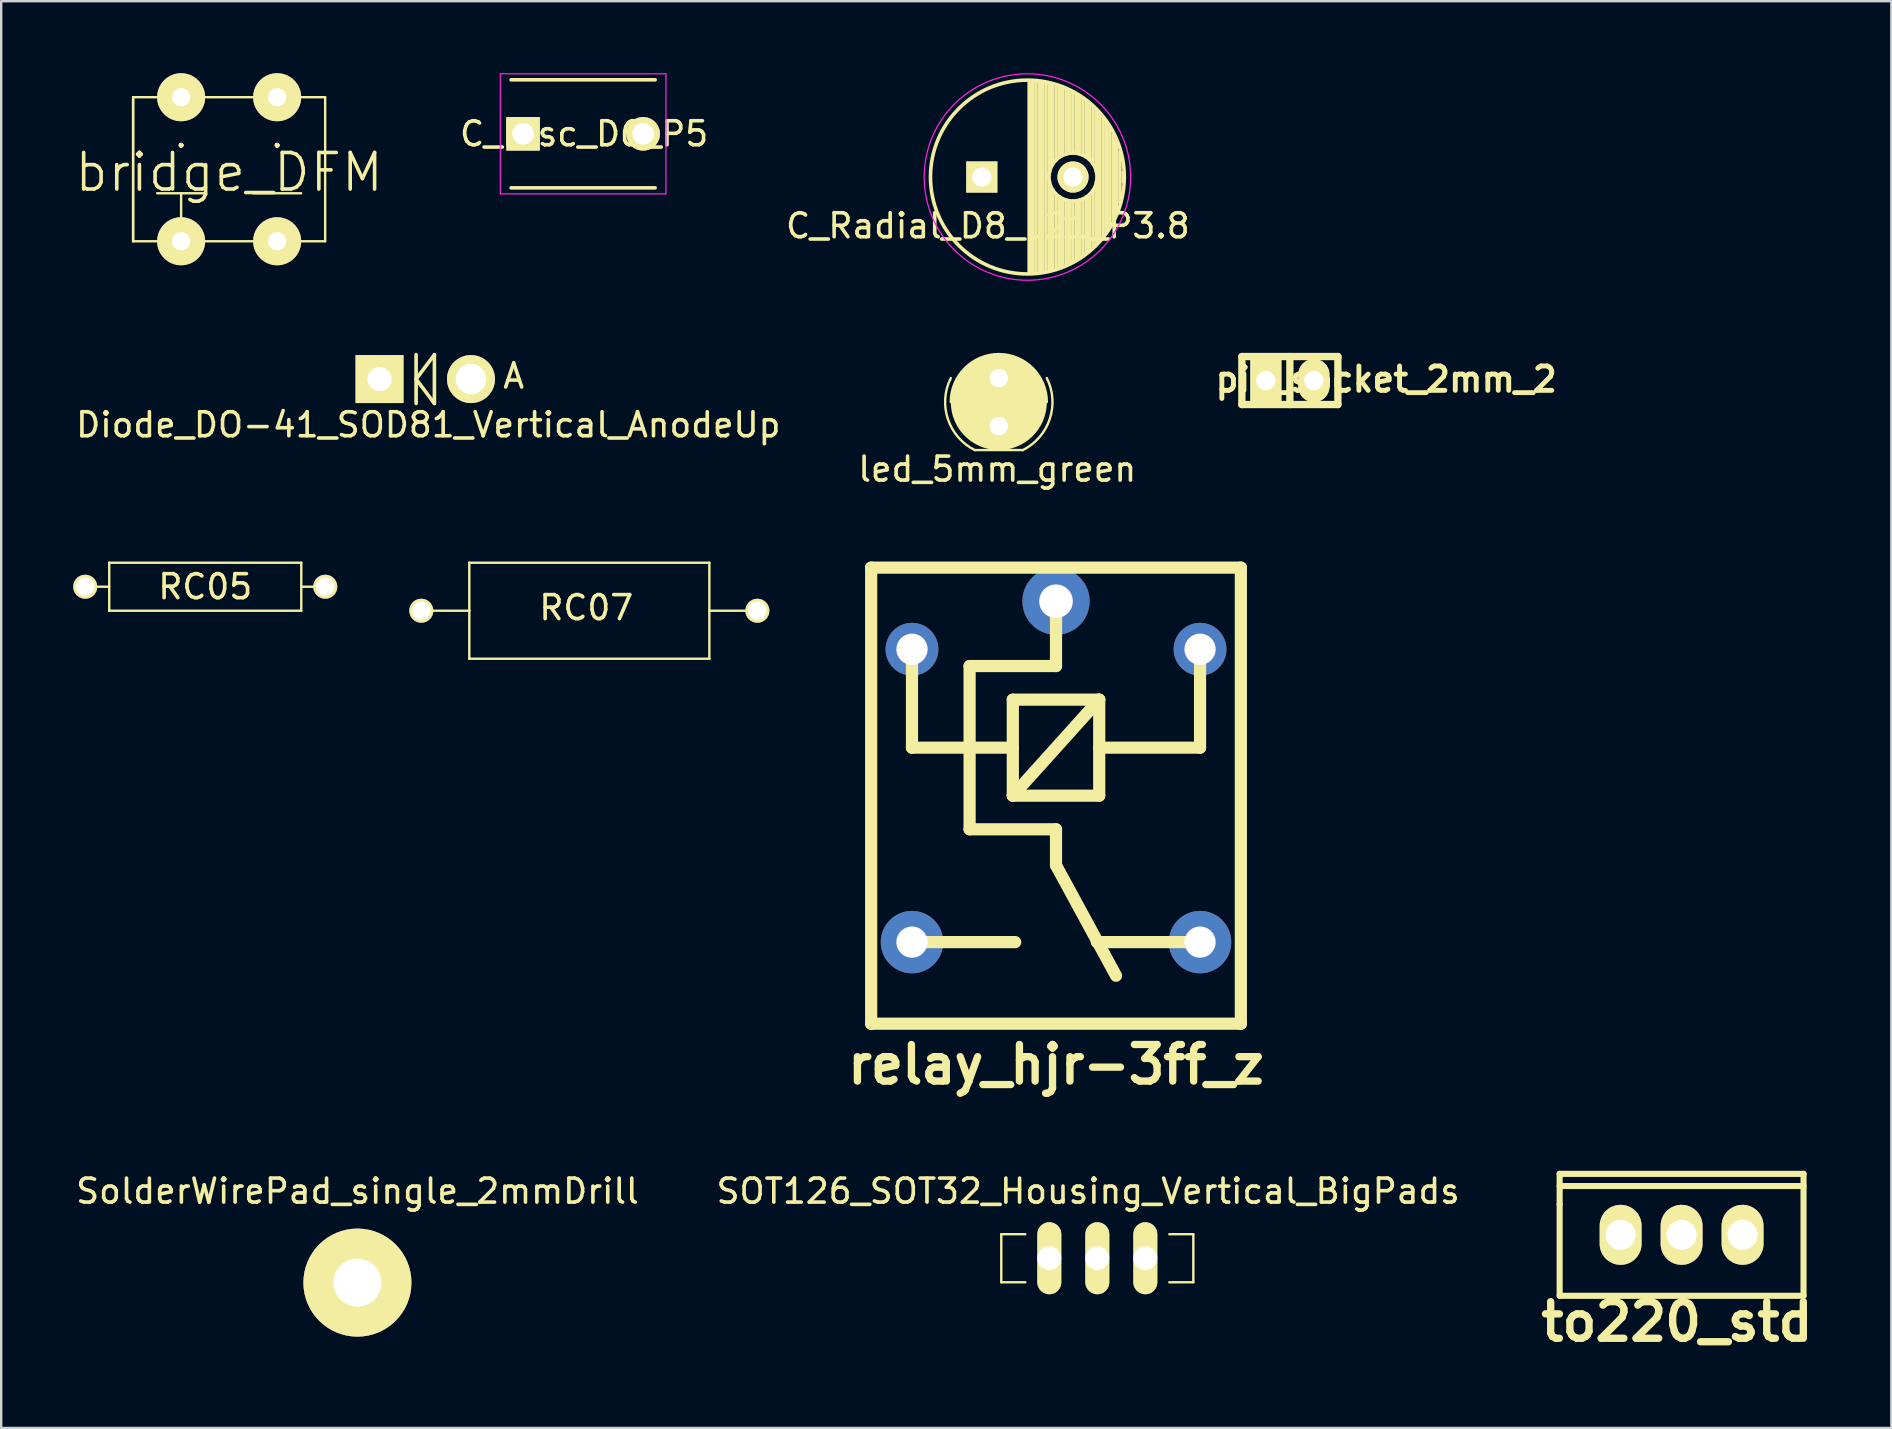
<source format=kicad_pcb>
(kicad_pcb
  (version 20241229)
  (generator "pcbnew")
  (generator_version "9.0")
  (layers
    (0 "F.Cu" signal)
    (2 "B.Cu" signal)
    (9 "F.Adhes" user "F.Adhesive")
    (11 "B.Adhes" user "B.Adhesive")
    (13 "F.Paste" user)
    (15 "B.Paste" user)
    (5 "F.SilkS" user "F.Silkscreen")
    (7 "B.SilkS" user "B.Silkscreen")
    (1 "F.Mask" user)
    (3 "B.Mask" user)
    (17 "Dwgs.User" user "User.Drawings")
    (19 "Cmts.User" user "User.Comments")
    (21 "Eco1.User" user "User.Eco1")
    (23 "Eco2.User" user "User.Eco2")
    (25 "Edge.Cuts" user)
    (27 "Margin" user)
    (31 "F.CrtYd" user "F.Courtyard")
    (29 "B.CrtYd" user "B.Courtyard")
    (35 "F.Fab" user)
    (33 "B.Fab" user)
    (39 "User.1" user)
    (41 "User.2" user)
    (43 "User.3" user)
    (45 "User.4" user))
  (footprint "relay_hjr-3ff_z"
    (layer "F.Cu")
    (at 40.941 30.096)
    (property "Reference" "relay_hjr-3ff_z" (at 0 11.2 0) (layer "F.SilkS") (effects (font (size 1.524 1.524) (thickness 0.305))))
    (attr through_hole)
    (fp_line (start -7.7 -9.5) (end -7.7 9.5) (stroke (width 0.508) (type solid)) (layer "F.SilkS"))
    (fp_line (start -7.7 -9.5) (end 7.7 -9.5) (stroke (width 0.508) (type solid)) (layer "F.SilkS"))
    (fp_line (start -7.7 9.5) (end 7.7 9.5) (stroke (width 0.508) (type solid)) (layer "F.SilkS"))
    (fp_line (start -6 -6.1) (end -6 -2) (stroke (width 0.508) (type solid)) (layer "F.SilkS"))
    (fp_line (start -3.6 1.4) (end -3.6 -5.4) (stroke (width 0.508) (type solid)) (layer "F.SilkS"))
    (fp_line (start -1.8 -4) (end 1.8 -4) (stroke (width 0.508) (type solid)) (layer "F.SilkS"))
    (fp_line (start -1.8 -2) (end -6 -2) (stroke (width 0.508) (type solid)) (layer "F.SilkS"))
    (fp_line (start -1.8 0) (end -1.8 -4) (stroke (width 0.508) (type solid)) (layer "F.SilkS"))
    (fp_line (start -1.8 0) (end 1.8 -4) (stroke (width 0.508) (type solid)) (layer "F.SilkS"))
    (fp_line (start -1.7 6.1) (end -6 6.1) (stroke (width 0.508) (type solid)) (layer "F.SilkS"))
    (fp_line (start 0 -8.1) (end 0 -5.4) (stroke (width 0.508) (type solid)) (layer "F.SilkS"))
    (fp_line (start 0 -5.4) (end -3.6 -5.4) (stroke (width 0.508) (type solid)) (layer "F.SilkS"))
    (fp_line (start 0 1.4) (end -3.6 1.4) (stroke (width 0.508) (type solid)) (layer "F.SilkS"))
    (fp_line (start 0 1.4) (end 0 2.9) (stroke (width 0.508) (type solid)) (layer "F.SilkS"))
    (fp_line (start 0 2.9) (end 2.5 7.5) (stroke (width 0.508) (type solid)) (layer "F.SilkS"))
    (fp_line (start 1.8 -4) (end 1.8 0) (stroke (width 0.508) (type solid)) (layer "F.SilkS"))
    (fp_line (start 1.8 0) (end -1.8 0) (stroke (width 0.508) (type solid)) (layer "F.SilkS"))
    (fp_line (start 6 -6.1) (end 6 -2) (stroke (width 0.508) (type solid)) (layer "F.SilkS"))
    (fp_line (start 6 -2) (end 1.8 -2) (stroke (width 0.508) (type solid)) (layer "F.SilkS"))
    (fp_line (start 6 6.1) (end 1.7 6.1) (stroke (width 0.508) (type solid)) (layer "F.SilkS"))
    (fp_line (start 7.7 -9.5) (end 7.7 9.5) (stroke (width 0.508) (type solid)) (layer "F.SilkS"))
    (pad "1" thru_hole circle (at 0 -8.1) (size 2.8 2.8) (drill 1.4) (layers "*.Cu" "*.Mask"))
    (pad "2" thru_hole circle (at -6 -6.1) (size 2.2 2.2) (drill 1.3) (layers "*.Cu" "*.Mask"))
    (pad "3" thru_hole circle (at -6 6.1) (size 2.6 2.6) (drill 1.3) (layers "*.Cu" "*.Mask"))
    (pad "4" thru_hole circle (at 6 6.1) (size 2.6 2.6) (drill 1.3) (layers "*.Cu" "*.Mask"))
    (pad "5" thru_hole circle (at 6 -6.1) (size 2.2 2.2) (drill 1.3) (layers "*.Cu" "*.Mask")))
  (footprint "RC07"
    (layer "F.Cu")
    (at 21.5 22.392)
    (property "Reference" "RC07" (at -0.127 -0.127 0) (layer "F.SilkS") (effects (font (size 1 1) (thickness 0.15))))
    (attr through_hole)
    (fp_line (start -7 0) (end -5 0) (stroke (width 0.1) (type solid)) (layer "F.SilkS"))
    (fp_line (start -5 -2) (end 5 -2) (stroke (width 0.1) (type solid)) (layer "F.SilkS"))
    (fp_line (start -5 0) (end -5 -2) (stroke (width 0.1) (type solid)) (layer "F.SilkS"))
    (fp_line (start -5 2) (end -5 0) (stroke (width 0.1) (type solid)) (layer "F.SilkS"))
    (fp_line (start 5 -2) (end 5 2) (stroke (width 0.1) (type solid)) (layer "F.SilkS"))
    (fp_line (start 5 0) (end 7 0) (stroke (width 0.1) (type solid)) (layer "F.SilkS"))
    (fp_line (start 5 2) (end -5 2) (stroke (width 0.1) (type solid)) (layer "F.SilkS"))
    (pad "1" thru_hole circle (at -7 0) (size 1 1) (drill 0.762) (layers "*.Cu" "*.Mask" "F.SilkS"))
    (pad "2" thru_hole circle (at 7 0) (size 1 1) (drill 0.762) (layers "*.Cu" "*.Mask" "F.SilkS")))
  (footprint "to220_std"
    (layer "F.Cu")
    (at 67.001 48.39)
    (property "Reference" "to220_std" (at -0.191 3.619 0) (layer "F.SilkS") (effects (font (size 1.524 1.524) (thickness 0.305))))
    (attr through_hole)
    (fp_line (start -5.08 -2.54) (end -5.08 -1.27) (stroke (width 0.254) (type solid)) (layer "F.SilkS"))
    (fp_line (start -5.08 -2.032) (end 5.08 -2.032) (stroke (width 0.254) (type solid)) (layer "F.SilkS"))
    (fp_line (start -5.08 -1.27) (end -5.08 2.54) (stroke (width 0.254) (type solid)) (layer "F.SilkS"))
    (fp_line (start -5.08 2.54) (end 5.08 2.54) (stroke (width 0.254) (type solid)) (layer "F.SilkS"))
    (fp_line (start 5.08 -2.54) (end -5.08 -2.54) (stroke (width 0.254) (type solid)) (layer "F.SilkS"))
    (fp_line (start 5.08 2.54) (end 5.08 -2.54) (stroke (width 0.254) (type solid)) (layer "F.SilkS"))
    (pad "1" thru_hole oval (at 2.54 0) (size 1.745 2.499) (drill 1.25) (layers "*.Cu" "*.Mask" "F.SilkS"))
    (pad "2" thru_hole oval (at 0 0) (size 1.745 2.499) (drill 1.25) (layers "*.Cu" "*.Mask" "F.SilkS"))
    (pad "3" thru_hole oval (at -2.54 0) (size 1.745 2.499) (drill 1.25) (layers "*.Cu" "*.Mask" "F.SilkS")))
  (footprint "C_Radial_D8_L21_P3.8"
    (layer "F.Cu")
    (at 37.849 4.325)
    (property "Reference" "C_Radial_D8_L21_P3.8" (at 0.254 2.032 0) (layer "F.SilkS") (effects (font (size 1 1) (thickness 0.15))))
    (attr through_hole)
    (fp_line (start 1.975 -3.999) (end 1.975 3.999) (stroke (width 0.15) (type solid)) (layer "F.SilkS"))
    (fp_line (start 2.115 -3.994) (end 2.115 3.994) (stroke (width 0.15) (type solid)) (layer "F.SilkS"))
    (fp_line (start 2.255 -3.984) (end 2.255 3.984) (stroke (width 0.15) (type solid)) (layer "F.SilkS"))
    (fp_line (start 2.395 -3.969) (end 2.395 3.969) (stroke (width 0.15) (type solid)) (layer "F.SilkS"))
    (fp_line (start 2.535 -3.949) (end 2.535 3.949) (stroke (width 0.15) (type solid)) (layer "F.SilkS"))
    (fp_line (start 2.675 -3.924) (end 2.675 3.924) (stroke (width 0.15) (type solid)) (layer "F.SilkS"))
    (fp_line (start 2.815 -3.894) (end 2.815 -0.173) (stroke (width 0.15) (type solid)) (layer "F.SilkS"))
    (fp_line (start 2.815 0.173) (end 2.815 3.894) (stroke (width 0.15) (type solid)) (layer "F.SilkS"))
    (fp_line (start 2.955 -3.858) (end 2.955 -0.535) (stroke (width 0.15) (type solid)) (layer "F.SilkS"))
    (fp_line (start 2.955 0.535) (end 2.955 3.858) (stroke (width 0.15) (type solid)) (layer "F.SilkS"))
    (fp_line (start 3.095 -3.817) (end 3.095 -0.709) (stroke (width 0.15) (type solid)) (layer "F.SilkS"))
    (fp_line (start 3.095 0.709) (end 3.095 3.817) (stroke (width 0.15) (type solid)) (layer "F.SilkS"))
    (fp_line (start 3.235 -3.771) (end 3.235 -0.825) (stroke (width 0.15) (type solid)) (layer "F.SilkS"))
    (fp_line (start 3.235 0.825) (end 3.235 3.771) (stroke (width 0.15) (type solid)) (layer "F.SilkS"))
    (fp_line (start 3.375 -3.718) (end 3.375 -0.905) (stroke (width 0.15) (type solid)) (layer "F.SilkS"))
    (fp_line (start 3.375 0.905) (end 3.375 3.718) (stroke (width 0.15) (type solid)) (layer "F.SilkS"))
    (fp_line (start 3.515 -3.659) (end 3.515 -0.959) (stroke (width 0.15) (type solid)) (layer "F.SilkS"))
    (fp_line (start 3.515 0.959) (end 3.515 3.659) (stroke (width 0.15) (type solid)) (layer "F.SilkS"))
    (fp_line (start 3.655 -3.594) (end 3.655 -0.989) (stroke (width 0.15) (type solid)) (layer "F.SilkS"))
    (fp_line (start 3.655 0.989) (end 3.655 3.594) (stroke (width 0.15) (type solid)) (layer "F.SilkS"))
    (fp_line (start 3.795 -3.523) (end 3.795 -1) (stroke (width 0.15) (type solid)) (layer "F.SilkS"))
    (fp_line (start 3.795 1) (end 3.795 3.523) (stroke (width 0.15) (type solid)) (layer "F.SilkS"))
    (fp_line (start 3.935 -3.444) (end 3.935 -0.991) (stroke (width 0.15) (type solid)) (layer "F.SilkS"))
    (fp_line (start 3.935 0.991) (end 3.935 3.444) (stroke (width 0.15) (type solid)) (layer "F.SilkS"))
    (fp_line (start 4.075 -3.357) (end 4.075 -0.961) (stroke (width 0.15) (type solid)) (layer "F.SilkS"))
    (fp_line (start 4.075 0.961) (end 4.075 3.357) (stroke (width 0.15) (type solid)) (layer "F.SilkS"))
    (fp_line (start 4.215 -3.262) (end 4.215 -0.91) (stroke (width 0.15) (type solid)) (layer "F.SilkS"))
    (fp_line (start 4.215 0.91) (end 4.215 3.262) (stroke (width 0.15) (type solid)) (layer "F.SilkS"))
    (fp_line (start 4.355 -3.158) (end 4.355 -0.832) (stroke (width 0.15) (type solid)) (layer "F.SilkS"))
    (fp_line (start 4.355 0.832) (end 4.355 3.158) (stroke (width 0.15) (type solid)) (layer "F.SilkS"))
    (fp_line (start 4.495 -3.044) (end 4.495 -0.719) (stroke (width 0.15) (type solid)) (layer "F.SilkS"))
    (fp_line (start 4.495 0.719) (end 4.495 3.044) (stroke (width 0.15) (type solid)) (layer "F.SilkS"))
    (fp_line (start 4.635 -2.919) (end 4.635 -0.55) (stroke (width 0.15) (type solid)) (layer "F.SilkS"))
    (fp_line (start 4.635 0.55) (end 4.635 2.919) (stroke (width 0.15) (type solid)) (layer "F.SilkS"))
    (fp_line (start 4.775 -2.781) (end 4.775 -0.222) (stroke (width 0.15) (type solid)) (layer "F.SilkS"))
    (fp_line (start 4.775 0.222) (end 4.775 2.781) (stroke (width 0.15) (type solid)) (layer "F.SilkS"))
    (fp_line (start 4.915 -2.629) (end 4.915 2.629) (stroke (width 0.15) (type solid)) (layer "F.SilkS"))
    (fp_line (start 5.055 -2.459) (end 5.055 2.459) (stroke (width 0.15) (type solid)) (layer "F.SilkS"))
    (fp_line (start 5.195 -2.268) (end 5.195 2.268) (stroke (width 0.15) (type solid)) (layer "F.SilkS"))
    (fp_line (start 5.335 -2.05) (end 5.335 2.05) (stroke (width 0.15) (type solid)) (layer "F.SilkS"))
    (fp_line (start 5.475 -1.794) (end 5.475 1.794) (stroke (width 0.15) (type solid)) (layer "F.SilkS"))
    (fp_line (start 5.615 -1.483) (end 5.615 1.483) (stroke (width 0.15) (type solid)) (layer "F.SilkS"))
    (fp_line (start 5.755 -1.067) (end 5.755 1.067) (stroke (width 0.15) (type solid)) (layer "F.SilkS"))
    (fp_line (start 5.895 -0.2) (end 5.895 0.2) (stroke (width 0.15) (type solid)) (layer "F.SilkS"))
    (fp_circle (center 1.9 0) (end 1.9 -4.037) (stroke (width 0.15) (type solid)) (fill no) (layer "F.SilkS"))
    (fp_circle (center 3.8 0) (end 3.8 -1) (stroke (width 0.15) (type solid)) (fill no) (layer "F.SilkS"))
    (fp_circle (center 1.9 0) (end 1.9 -4.3) (stroke (width 0.05) (type solid)) (fill no) (layer "F.CrtYd"))
    (pad "1" thru_hole rect (at 0 0) (size 1.3 1.3) (drill 0.8) (layers "*.Cu" "*.Mask" "F.SilkS"))
    (pad "2" thru_hole circle (at 3.8 0) (size 1.3 1.3) (drill 0.8) (layers "*.Cu" "*.Mask" "F.SilkS")))
  (footprint "SOT126_SOT32_Housing_Vertical_BigPads"
    (layer "F.Cu")
    (at 42.661 49.365)
    (property "Reference" "SOT126_SOT32_Housing_Vertical_BigPads" (at -0.381 -2.794 0) (layer "F.SilkS") (effects (font (size 1 1) (thickness 0.15))))
    (attr through_hole)
    (fp_line (start -4 -1) (end -4 1) (stroke (width 0.1) (type solid)) (layer "F.SilkS"))
    (fp_line (start -4 -1) (end -3 -1) (stroke (width 0.1) (type solid)) (layer "F.SilkS"))
    (fp_line (start -4 1) (end -3 1) (stroke (width 0.1) (type solid)) (layer "F.SilkS"))
    (fp_line (start 4 -1) (end 3 -1) (stroke (width 0.1) (type solid)) (layer "F.SilkS"))
    (fp_line (start 4 -1) (end 4 1) (stroke (width 0.1) (type solid)) (layer "F.SilkS"))
    (fp_line (start 4 1) (end 3 1) (stroke (width 0.1) (type solid)) (layer "F.SilkS"))
    (pad "1" thru_hole oval (at -2 0) (size 1 3) (drill 1) (layers "*.Cu" "*.Mask" "F.SilkS"))
    (pad "2" thru_hole oval (at 0 0) (size 1 3) (drill 1) (layers "*.Cu" "*.Mask" "F.SilkS"))
    (pad "3" thru_hole oval (at 2 0) (size 1 3) (drill 1) (layers "*.Cu" "*.Mask" "F.SilkS")))
  (footprint "RC05"
    (layer "F.Cu")
    (at 5.5 21.392)
    (property "Reference" "RC05" (at 0 0 0) (layer "F.SilkS") (effects (font (size 1 1) (thickness 0.15))))
    (attr through_hole)
    (fp_line (start -5 0) (end -4 0) (stroke (width 0.1) (type solid)) (layer "F.SilkS"))
    (fp_line (start -4 -1) (end 4 -1) (stroke (width 0.1) (type solid)) (layer "F.SilkS"))
    (fp_line (start -4 1) (end -4 -1) (stroke (width 0.1) (type solid)) (layer "F.SilkS"))
    (fp_line (start 4 -1) (end 4 1) (stroke (width 0.1) (type solid)) (layer "F.SilkS"))
    (fp_line (start 4 1) (end -4 1) (stroke (width 0.1) (type solid)) (layer "F.SilkS"))
    (fp_line (start 5 0) (end 4 0) (stroke (width 0.1) (type solid)) (layer "F.SilkS"))
    (pad "1" thru_hole circle (at -5 0) (size 1 1) (drill 0.762) (layers "*.Cu" "*.Mask" "F.SilkS"))
    (pad "2" thru_hole circle (at 5 0) (size 1 1) (drill 0.762) (layers "*.Cu" "*.Mask" "F.SilkS")))
  (footprint "SolderWirePad_single_2mmDrill"
    (layer "F.Cu")
    (at 11.839 50.381)
    (property "Reference" "SolderWirePad_single_2mmDrill" (at 0 -3.81 0) (layer "F.SilkS") (effects (font (size 1 1) (thickness 0.15))))
    (attr through_hole)
    (pad "1" thru_hole circle (at 0 0) (size 4.501 4.501) (drill 1.999) (layers "*.Mask" "B.Cu" "F.SilkS")))
  (footprint "C_Disc_D6_P5"
    (layer "F.Cu")
    (at 18.742 2.525)
    (property "Reference" "C_Disc_D6_P5" (at 2.54 0 0) (layer "F.SilkS") (effects (font (size 1 1) (thickness 0.15))))
    (attr through_hole)
    (fp_line (start -0.5 -2.25) (end 5.5 -2.25) (stroke (width 0.15) (type solid)) (layer "F.SilkS"))
    (fp_line (start 5.5 2.25) (end -0.5 2.25) (stroke (width 0.15) (type solid)) (layer "F.SilkS"))
    (fp_line (start -0.95 -2.5) (end 5.95 -2.5) (stroke (width 0.05) (type solid)) (layer "F.CrtYd"))
    (fp_line (start -0.95 2.5) (end -0.95 -2.5) (stroke (width 0.05) (type solid)) (layer "F.CrtYd"))
    (fp_line (start 5.95 -2.5) (end 5.95 2.5) (stroke (width 0.05) (type solid)) (layer "F.CrtYd"))
    (fp_line (start 5.95 2.5) (end -0.95 2.5) (stroke (width 0.05) (type solid)) (layer "F.CrtYd"))
    (pad "1" thru_hole rect (at 0 0) (size 1.4 1.4) (drill 0.9) (layers "*.Cu" "*.Mask" "F.SilkS"))
    (pad "2" thru_hole circle (at 5 0) (size 1.4 1.4) (drill 0.9) (layers "*.Cu" "*.Mask" "F.SilkS")))
  (footprint "pin_socket_2mm_2"
    (layer "F.Cu")
    (at 50.683 12.802)
    (property "Reference" "pin_socket_2mm_2" (at 4.013 -0.051 0) (layer "F.SilkS") (effects (font (size 1.016 1.016) (thickness 0.203))))
    (attr through_hole)
    (fp_line (start -2 -1) (end 2 -1) (stroke (width 0.305) (type solid)) (layer "F.SilkS"))
    (fp_line (start -2 1) (end -2 -1) (stroke (width 0.305) (type solid)) (layer "F.SilkS"))
    (fp_line (start 0 -1) (end 0 1) (stroke (width 0.305) (type solid)) (layer "F.SilkS"))
    (fp_line (start 2 -1) (end 2 1) (stroke (width 0.305) (type solid)) (layer "F.SilkS"))
    (fp_line (start 2 1) (end -2 1) (stroke (width 0.305) (type solid)) (layer "F.SilkS"))
    (pad "1" thru_hole rect (at -1 0) (size 1.3 1.8) (drill 0.8) (layers "*.Cu" "*.Mask" "F.SilkS"))
    (pad "2" thru_hole oval (at 1 0) (size 1.3 1.8) (drill 0.8) (layers "*.Cu" "*.Mask" "F.SilkS")))
  (footprint "bridge_DFM"
    (layer "F.Cu")
    (at 6.495 4)
    (property "Reference" "bridge_DFM" (at 0 0.127 0) (layer "F.SilkS") (effects (font (size 1.524 1.524) (thickness 0.15))))
    (attr through_hole)
    (fp_line (start -4 -3) (end -4 3) (stroke (width 0.1) (type solid)) (layer "F.SilkS"))
    (fp_line (start -4 -3) (end 4 -3) (stroke (width 0.1) (type solid)) (layer "F.SilkS"))
    (fp_line (start -4 3) (end -4 -3) (stroke (width 0.1) (type solid)) (layer "F.SilkS"))
    (fp_line (start -2 2) (end -2 1) (stroke (width 0.1) (type solid)) (layer "F.SilkS"))
    (fp_line (start -1 1) (end -3 1) (stroke (width 0.1) (type solid)) (layer "F.SilkS"))
    (fp_line (start 1 1) (end 3 1) (stroke (width 0.1) (type solid)) (layer "F.SilkS"))
    (fp_line (start 4 -3) (end 4 3) (stroke (width 0.1) (type solid)) (layer "F.SilkS"))
    (fp_line (start 4 3) (end -4 3) (stroke (width 0.1) (type solid)) (layer "F.SilkS"))
    (fp_arc (start -2 -1) (mid -2 -1) (end -2 -1) (stroke (width 0.1) (type solid)) (layer "F.SilkS"))
    (fp_arc (start -2 -1) (mid -2 -1) (end -2 -1) (stroke (width 0.1) (type solid)) (layer "F.SilkS"))
    (fp_arc (start -2 -1) (mid -2 -1) (end -2 -1) (stroke (width 0.1) (type solid)) (layer "F.SilkS"))
    (fp_arc (start -2 -1) (mid -2 -1) (end -2 -1) (stroke (width 0.1) (type solid)) (layer "F.SilkS"))
    (fp_arc (start 2 -1) (mid 2 -1) (end 2 -1) (stroke (width 0.1) (type solid)) (layer "F.SilkS"))
    (fp_arc (start 2 -1) (mid 2 -1) (end 2 -1) (stroke (width 0.1) (type solid)) (layer "F.SilkS"))
    (fp_arc (start 2 -1) (mid 2 -1) (end 2 -1) (stroke (width 0.1) (type solid)) (layer "F.SilkS"))
    (fp_arc (start 2 -1) (mid 2 -1) (end 2 -1) (stroke (width 0.1) (type solid)) (layer "F.SilkS"))
    (pad "1" thru_hole oval (at -2 3) (size 2 2) (drill 0.762) (layers "*.Cu" "*.Mask" "F.SilkS"))
    (pad "2" thru_hole oval (at -2 -3) (size 2 2) (drill 0.762) (layers "*.Cu" "*.Mask" "F.SilkS"))
    (pad "3" thru_hole oval (at 2 -3) (size 2 2) (drill 0.762) (layers "*.Cu" "*.Mask" "F.SilkS"))
    (pad "4" thru_hole oval (at 2 3) (size 2 2) (drill 0.762) (layers "*.Cu" "*.Mask" "F.SilkS")))
  (footprint "led_5mm_green"
    (layer "F.Cu")
    (at 38.558 13.7)
    (property "Reference" "led_5mm_green" (at -0.064 2.794 0) (layer "F.SilkS") (effects (font (size 1 1) (thickness 0.15))))
    (attr through_hole)
    (fp_line (start -1 2) (end 1 2) (stroke (width 0.1) (type solid)) (layer "F.SilkS"))
    (fp_arc (start -2 0) (mid -1.414214 -1.414214) (end 0 -2) (stroke (width 0.1) (type solid)) (layer "F.SilkS"))
    (fp_arc (start -1 2) (mid -2.12132 0.707107) (end -2 -1) (stroke (width 0.1) (type solid)) (layer "F.SilkS"))
    (fp_arc (start 0 -2) (mid 1.414214 -1.414214) (end 2 0) (stroke (width 0.1) (type solid)) (layer "F.SilkS"))
    (fp_arc (start 2 -1) (mid 2.12132 0.707107) (end 1 2) (stroke (width 0.1) (type solid)) (layer "F.SilkS"))
    (fp_circle (center 0 0) (end -2 0) (stroke (width 0) (type solid)) (fill yes) (layer "F.SilkS"))
    (pad "1" thru_hole circle (at 0 -1) (size 1 1) (drill 0.762) (layers "*.Cu" "*.Mask" "F.SilkS"))
    (pad "2" thru_hole circle (at 0 1) (size 1 1) (drill 0.762) (layers "*.Cu" "*.Mask" "F.SilkS")))
  (footprint "Diode_DO-41_SOD81_Vertical_AnodeUp"
    (layer "F.Cu")
    (at 12.76 12.741)
    (property "Reference" "Diode_DO-41_SOD81_Vertical_AnodeUp" (at 2.032 1.905 0) (layer "F.SilkS") (effects (font (size 1 1) (thickness 0.15))))
    (attr through_hole)
    (fp_line (start 1.524 -1.016) (end 1.524 1.016) (stroke (width 0.15) (type solid)) (layer "F.SilkS"))
    (fp_line (start 1.524 0) (end 2.286 -1.016) (stroke (width 0.15) (type solid)) (layer "F.SilkS"))
    (fp_line (start 1.524 0) (end 2.286 1.016) (stroke (width 0.15) (type solid)) (layer "F.SilkS"))
    (fp_line (start 2.286 -1.016) (end 2.286 1.016) (stroke (width 0.15) (type solid)) (layer "F.SilkS"))
    (fp_text user "A" (at 5.588 -0.127 0) (layer "F.SilkS") (effects (font (size 1 1) (thickness 0.15))))
    (pad "1" thru_hole rect (at 0 0) (size 1.999 1.999) (drill 1.001) (layers "*.Cu" "*.Mask" "F.SilkS"))
    (pad "2" thru_hole circle (at 3.81 0) (size 1.999 1.999) (drill 1.27) (layers "*.Cu" "*.Mask" "F.SilkS")))
  (gr_rect
    (start -3 -3)
    (end 75.739 56.436)
    (stroke (width 0.1) (type default))
    (fill no)
    (layer "Edge.Cuts")))
</source>
